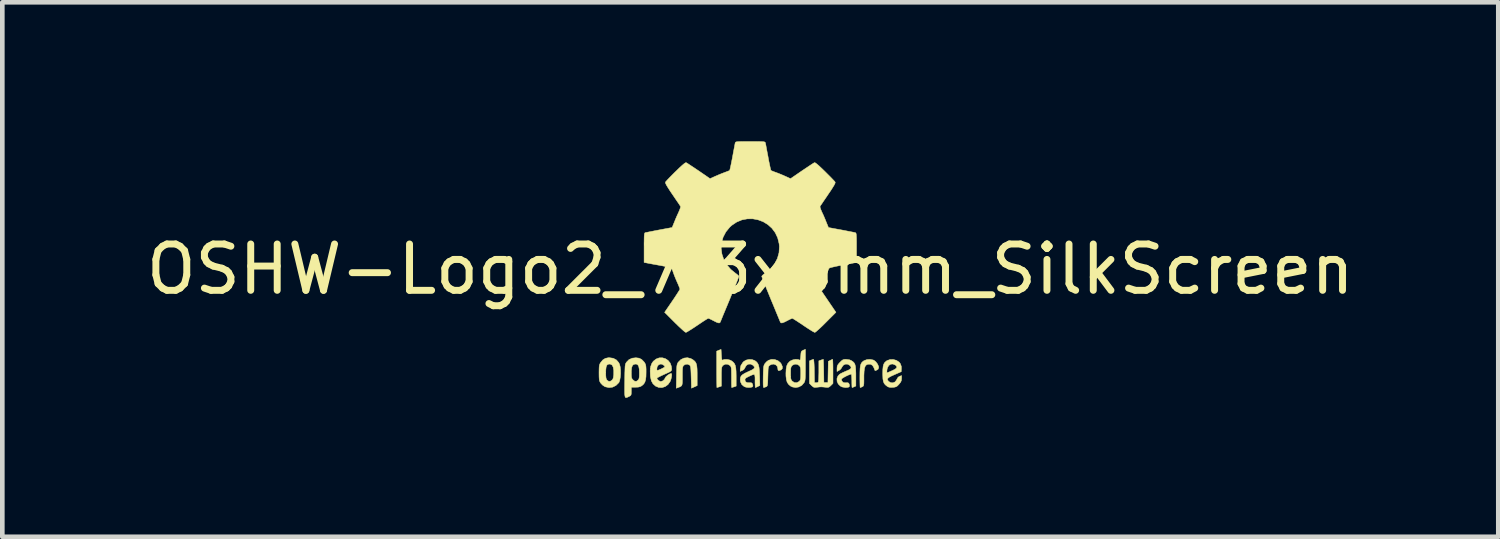
<source format=kicad_pcb>
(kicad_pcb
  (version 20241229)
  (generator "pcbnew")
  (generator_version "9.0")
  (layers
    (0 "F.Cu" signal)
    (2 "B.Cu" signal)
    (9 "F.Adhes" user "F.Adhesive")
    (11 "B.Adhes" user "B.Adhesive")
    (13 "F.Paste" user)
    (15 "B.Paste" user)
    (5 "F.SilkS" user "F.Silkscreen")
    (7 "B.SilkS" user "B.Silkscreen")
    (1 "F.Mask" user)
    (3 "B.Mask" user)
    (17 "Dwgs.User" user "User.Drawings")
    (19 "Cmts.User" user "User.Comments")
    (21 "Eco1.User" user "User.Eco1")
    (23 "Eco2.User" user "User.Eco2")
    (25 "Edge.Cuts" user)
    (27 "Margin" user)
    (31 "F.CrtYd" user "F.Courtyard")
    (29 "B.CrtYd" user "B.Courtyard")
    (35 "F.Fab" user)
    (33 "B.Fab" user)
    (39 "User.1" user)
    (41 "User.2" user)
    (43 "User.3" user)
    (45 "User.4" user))
  (footprint "OSHW-Logo2_7.3x6mm_SilkScreen"
    (layer "F.Cu")
    (at 13.149 2.763)
    (property "Reference" "OSHW-Logo2_7.3x6mm_SilkScreen" (at 0 0 0) (layer "F.SilkS") (effects (font (size 1 1) (thickness 0.15))))
    (attr exclude_from_pos_files exclude_from_bom allow_missing_courtyard)
    (fp_poly (pts (xy 2.653 1.959) (xy 2.67 1.966) (xy 2.711 1.999) (xy 2.747 2.047) (xy 2.769 2.097) (xy 2.772 2.122) (xy 2.76 2.157) (xy 2.734 2.175) (xy 2.706 2.187) (xy 2.693 2.189) (xy 2.687 2.174) (xy 2.674 2.141) (xy 2.669 2.127) (xy 2.639 2.076) (xy 2.595 2.05) (xy 2.538 2.051) (xy 2.534 2.052) (xy 2.504 2.067) (xy 2.481 2.094) (xy 2.466 2.139) (xy 2.457 2.205) (xy 2.453 2.294) (xy 2.453 2.341) (xy 2.453 2.416) (xy 2.452 2.467) (xy 2.448 2.499) (xy 2.442 2.518) (xy 2.432 2.529) (xy 2.417 2.537) (xy 2.416 2.538) (xy 2.387 2.55) (xy 2.372 2.555) (xy 2.37 2.541) (xy 2.368 2.503) (xy 2.367 2.446) (xy 2.366 2.374) (xy 2.366 2.322) (xy 2.367 2.22) (xy 2.37 2.143) (xy 2.377 2.086) (xy 2.389 2.045) (xy 2.407 2.014) (xy 2.432 1.99) (xy 2.457 1.973) (xy 2.517 1.951) (xy 2.587 1.946) (xy 2.653 1.959)) (stroke (width 0.01) (type solid)) (fill yes) (layer "F.SilkS"))
    (fp_poly (pts (xy -1.284 1.928) (xy -1.237 1.955) (xy -1.205 1.981) (xy -1.181 2.009) (xy -1.165 2.044) (xy -1.155 2.089) (xy -1.149 2.151) (xy -1.147 2.234) (xy -1.147 2.293) (xy -1.147 2.512) (xy -1.208 2.54) (xy -1.27 2.568) (xy -1.277 2.328) (xy -1.28 2.238) (xy -1.283 2.173) (xy -1.287 2.128) (xy -1.293 2.099) (xy -1.3 2.081) (xy -1.31 2.07) (xy -1.313 2.067) (xy -1.36 2.048) (xy -1.408 2.056) (xy -1.437 2.076) (xy -1.449 2.09) (xy -1.457 2.108) (xy -1.462 2.136) (xy -1.465 2.179) (xy -1.466 2.242) (xy -1.466 2.307) (xy -1.466 2.389) (xy -1.467 2.447) (xy -1.472 2.486) (xy -1.482 2.512) (xy -1.499 2.528) (xy -1.525 2.541) (xy -1.56 2.554) (xy -1.598 2.569) (xy -1.594 2.311) (xy -1.592 2.219) (xy -1.59 2.15) (xy -1.587 2.101) (xy -1.582 2.066) (xy -1.575 2.042) (xy -1.566 2.022) (xy -1.554 2.005) (xy -1.499 1.95) (xy -1.431 1.918) (xy -1.357 1.91) (xy -1.284 1.928)) (stroke (width 0.01) (type solid)) (fill yes) (layer "F.SilkS"))
    (fp_poly (pts (xy 0.53 1.95) (xy 0.596 1.974) (xy 0.649 2.017) (xy 0.67 2.047) (xy 0.693 2.103) (xy 0.692 2.143) (xy 0.669 2.17) (xy 0.66 2.175) (xy 0.622 2.189) (xy 0.602 2.185) (xy 0.595 2.161) (xy 0.595 2.148) (xy 0.583 2.099) (xy 0.551 2.065) (xy 0.508 2.048) (xy 0.459 2.053) (xy 0.419 2.074) (xy 0.405 2.087) (xy 0.396 2.101) (xy 0.389 2.124) (xy 0.385 2.159) (xy 0.383 2.212) (xy 0.381 2.288) (xy 0.38 2.312) (xy 0.378 2.394) (xy 0.376 2.451) (xy 0.372 2.49) (xy 0.367 2.513) (xy 0.359 2.526) (xy 0.347 2.535) (xy 0.339 2.538) (xy 0.307 2.55) (xy 0.288 2.555) (xy 0.282 2.541) (xy 0.278 2.5) (xy 0.277 2.431) (xy 0.278 2.334) (xy 0.278 2.319) (xy 0.28 2.23) (xy 0.283 2.165) (xy 0.286 2.119) (xy 0.292 2.087) (xy 0.3 2.064) (xy 0.311 2.044) (xy 0.317 2.035) (xy 0.35 1.998) (xy 0.388 1.969) (xy 0.392 1.966) (xy 0.459 1.946) (xy 0.53 1.95)) (stroke (width 0.01) (type solid)) (fill yes) (layer "F.SilkS"))
    (fp_poly (pts (xy -0.624 1.851) (xy -0.62 1.911) (xy -0.615 1.946) (xy -0.608 1.961) (xy -0.598 1.961) (xy -0.595 1.959) (xy -0.552 1.946) (xy -0.497 1.947) (xy -0.44 1.96) (xy -0.405 1.978) (xy -0.369 2.006) (xy -0.342 2.038) (xy -0.324 2.078) (xy -0.313 2.132) (xy -0.307 2.204) (xy -0.305 2.299) (xy -0.305 2.317) (xy -0.305 2.523) (xy -0.351 2.539) (xy -0.383 2.549) (xy -0.401 2.554) (xy -0.401 2.555) (xy -0.403 2.541) (xy -0.405 2.503) (xy -0.406 2.446) (xy -0.406 2.375) (xy -0.406 2.332) (xy -0.407 2.247) (xy -0.408 2.186) (xy -0.41 2.144) (xy -0.415 2.117) (xy -0.422 2.098) (xy -0.433 2.085) (xy -0.44 2.078) (xy -0.487 2.051) (xy -0.538 2.049) (xy -0.584 2.072) (xy -0.593 2.08) (xy -0.605 2.095) (xy -0.614 2.114) (xy -0.619 2.14) (xy -0.622 2.18) (xy -0.624 2.238) (xy -0.624 2.318) (xy -0.624 2.523) (xy -0.67 2.539) (xy -0.702 2.549) (xy -0.72 2.554) (xy -0.721 2.555) (xy -0.722 2.541) (xy -0.723 2.501) (xy -0.724 2.441) (xy -0.725 2.362) (xy -0.726 2.269) (xy -0.726 2.167) (xy -0.726 1.769) (xy -0.679 1.749) (xy -0.631 1.73) (xy -0.624 1.851)) (stroke (width 0.01) (type solid)) (fill yes) (layer "F.SilkS"))
    (fp_poly (pts (xy 1.78 1.959) (xy 1.782 1.997) (xy 1.784 2.055) (xy 1.785 2.128) (xy 1.785 2.205) (xy 1.785 2.465) (xy 1.739 2.511) (xy 1.708 2.539) (xy 1.68 2.551) (xy 1.642 2.55) (xy 1.627 2.548) (xy 1.58 2.543) (xy 1.541 2.54) (xy 1.531 2.54) (xy 1.499 2.541) (xy 1.453 2.546) (xy 1.436 2.548) (xy 1.392 2.552) (xy 1.363 2.544) (xy 1.334 2.521) (xy 1.323 2.511) (xy 1.277 2.465) (xy 1.277 1.979) (xy 1.314 1.962) (xy 1.346 1.949) (xy 1.365 1.945) (xy 1.369 1.959) (xy 1.374 1.997) (xy 1.378 2.056) (xy 1.381 2.132) (xy 1.382 2.195) (xy 1.386 2.446) (xy 1.421 2.451) (xy 1.452 2.447) (xy 1.468 2.436) (xy 1.472 2.415) (xy 1.476 2.371) (xy 1.478 2.309) (xy 1.48 2.235) (xy 1.48 2.197) (xy 1.48 1.977) (xy 1.526 1.961) (xy 1.559 1.95) (xy 1.576 1.945) (xy 1.577 1.945) (xy 1.578 1.959) (xy 1.58 1.997) (xy 1.582 2.054) (xy 1.584 2.127) (xy 1.585 2.195) (xy 1.589 2.446) (xy 1.676 2.446) (xy 1.68 2.217) (xy 1.684 1.989) (xy 1.727 1.967) (xy 1.758 1.952) (xy 1.777 1.945) (xy 1.777 1.945) (xy 1.78 1.959)) (stroke (width 0.01) (type solid)) (fill yes) (layer "F.SilkS"))
    (fp_poly (pts (xy -2.959 1.922) (xy -2.891 1.958) (xy -2.841 2.015) (xy -2.823 2.052) (xy -2.809 2.108) (xy -2.802 2.178) (xy -2.801 2.255) (xy -2.807 2.33) (xy -2.818 2.394) (xy -2.834 2.441) (xy -2.839 2.449) (xy -2.9 2.509) (xy -2.971 2.545) (xy -3.049 2.555) (xy -3.127 2.539) (xy -3.149 2.529) (xy -3.192 2.499) (xy -3.229 2.459) (xy -3.233 2.454) (xy -3.247 2.43) (xy -3.257 2.404) (xy -3.262 2.37) (xy -3.265 2.321) (xy -3.266 2.251) (xy -3.266 2.235) (xy -3.266 2.23) (xy -3.121 2.23) (xy -3.12 2.296) (xy -3.116 2.34) (xy -3.109 2.369) (xy -3.098 2.388) (xy -3.092 2.395) (xy -3.057 2.42) (xy -3.023 2.419) (xy -2.989 2.397) (xy -2.969 2.374) (xy -2.957 2.34) (xy -2.95 2.288) (xy -2.949 2.281) (xy -2.948 2.186) (xy -2.96 2.114) (xy -2.985 2.068) (xy -3.023 2.048) (xy -3.037 2.047) (xy -3.073 2.052) (xy -3.097 2.072) (xy -3.112 2.109) (xy -3.119 2.168) (xy -3.121 2.23) (xy -3.266 2.23) (xy -3.265 2.16) (xy -3.263 2.108) (xy -3.258 2.072) (xy -3.249 2.045) (xy -3.236 2.022) (xy -3.233 2.017) (xy -3.184 1.958) (xy -3.13 1.924) (xy -3.064 1.91) (xy -3.042 1.91) (xy -2.959 1.922)) (stroke (width 0.01) (type solid)) (fill yes) (layer "F.SilkS"))
    (fp_poly (pts (xy 3.154 1.967) (xy 3.211 2.004) (xy 3.239 2.038) (xy 3.261 2.099) (xy 3.262 2.147) (xy 3.258 2.212) (xy 3.11 2.277) (xy 3.037 2.31) (xy 2.99 2.337) (xy 2.966 2.36) (xy 2.961 2.383) (xy 2.975 2.407) (xy 2.99 2.424) (xy 3.034 2.45) (xy 3.081 2.452) (xy 3.125 2.432) (xy 3.157 2.391) (xy 3.163 2.376) (xy 3.191 2.331) (xy 3.222 2.312) (xy 3.266 2.296) (xy 3.266 2.358) (xy 3.262 2.4) (xy 3.247 2.436) (xy 3.215 2.477) (xy 3.211 2.482) (xy 3.176 2.519) (xy 3.145 2.538) (xy 3.108 2.547) (xy 3.076 2.55) (xy 3.02 2.551) (xy 2.981 2.542) (xy 2.956 2.528) (xy 2.917 2.497) (xy 2.89 2.465) (xy 2.873 2.423) (xy 2.863 2.368) (xy 2.86 2.291) (xy 2.859 2.253) (xy 2.86 2.206) (xy 2.948 2.206) (xy 2.949 2.231) (xy 2.952 2.235) (xy 2.968 2.23) (xy 3.004 2.215) (xy 3.052 2.194) (xy 3.062 2.19) (xy 3.123 2.159) (xy 3.157 2.132) (xy 3.164 2.106) (xy 3.146 2.08) (xy 3.132 2.069) (xy 3.079 2.046) (xy 3.03 2.05) (xy 2.989 2.078) (xy 2.961 2.127) (xy 2.952 2.166) (xy 2.948 2.206) (xy 2.86 2.206) (xy 2.861 2.162) (xy 2.868 2.095) (xy 2.882 2.047) (xy 2.904 2.011) (xy 2.937 1.983) (xy 2.951 1.973) (xy 3.015 1.95) (xy 3.085 1.948) (xy 3.154 1.967)) (stroke (width 0.01) (type solid)) (fill yes) (layer "F.SilkS"))
    (fp_poly (pts (xy 1.19 2.065) (xy 1.19 2.174) (xy 1.189 2.257) (xy 1.188 2.32) (xy 1.185 2.365) (xy 1.181 2.397) (xy 1.175 2.421) (xy 1.167 2.439) (xy 1.161 2.449) (xy 1.112 2.506) (xy 1.049 2.541) (xy 0.98 2.554) (xy 0.911 2.542) (xy 0.869 2.522) (xy 0.826 2.485) (xy 0.796 2.441) (xy 0.779 2.383) (xy 0.77 2.306) (xy 0.769 2.25) (xy 0.769 2.246) (xy 0.871 2.246) (xy 0.871 2.311) (xy 0.874 2.354) (xy 0.881 2.382) (xy 0.893 2.402) (xy 0.906 2.417) (xy 0.953 2.447) (xy 1.004 2.449) (xy 1.051 2.425) (xy 1.055 2.421) (xy 1.071 2.404) (xy 1.081 2.383) (xy 1.086 2.352) (xy 1.088 2.305) (xy 1.089 2.252) (xy 1.088 2.185) (xy 1.085 2.141) (xy 1.078 2.112) (xy 1.066 2.091) (xy 1.057 2.08) (xy 1.013 2.052) (xy 0.962 2.049) (xy 0.914 2.07) (xy 0.904 2.078) (xy 0.889 2.096) (xy 0.879 2.117) (xy 0.873 2.148) (xy 0.871 2.196) (xy 0.871 2.246) (xy 0.769 2.246) (xy 0.773 2.159) (xy 0.785 2.09) (xy 0.807 2.039) (xy 0.842 1.998) (xy 0.869 1.978) (xy 0.919 1.956) (xy 0.976 1.945) (xy 1.03 1.948) (xy 1.06 1.959) (xy 1.071 1.962) (xy 1.079 1.951) (xy 1.084 1.919) (xy 1.089 1.871) (xy 1.093 1.817) (xy 1.099 1.784) (xy 1.111 1.766) (xy 1.131 1.754) (xy 1.143 1.748) (xy 1.19 1.729) (xy 1.19 2.065)) (stroke (width 0.01) (type solid)) (fill yes) (layer "F.SilkS"))
    (fp_poly (pts (xy -1.832 1.931) (xy -1.774 1.97) (xy -1.73 2.025) (xy -1.704 2.096) (xy -1.698 2.148) (xy -1.699 2.17) (xy -1.704 2.187) (xy -1.718 2.201) (xy -1.745 2.218) (xy -1.79 2.239) (xy -1.857 2.269) (xy -1.858 2.27) (xy -1.92 2.298) (xy -1.97 2.323) (xy -2.005 2.342) (xy -2.017 2.353) (xy -2.017 2.353) (xy -2.006 2.376) (xy -1.98 2.402) (xy -1.949 2.42) (xy -1.934 2.424) (xy -1.891 2.411) (xy -1.855 2.379) (xy -1.837 2.345) (xy -1.82 2.319) (xy -1.787 2.29) (xy -1.748 2.264) (xy -1.713 2.25) (xy -1.706 2.25) (xy -1.698 2.262) (xy -1.697 2.294) (xy -1.703 2.337) (xy -1.715 2.383) (xy -1.73 2.423) (xy -1.731 2.424) (xy -1.777 2.489) (xy -1.837 2.533) (xy -1.906 2.555) (xy -1.976 2.552) (xy -2.044 2.524) (xy -2.047 2.522) (xy -2.101 2.473) (xy -2.136 2.41) (xy -2.155 2.327) (xy -2.158 2.304) (xy -2.162 2.194) (xy -2.157 2.143) (xy -2.017 2.143) (xy -2.016 2.175) (xy -2.006 2.184) (xy -1.981 2.177) (xy -1.942 2.161) (xy -1.899 2.14) (xy -1.898 2.139) (xy -1.861 2.12) (xy -1.846 2.107) (xy -1.85 2.093) (xy -1.865 2.076) (xy -1.904 2.05) (xy -1.946 2.048) (xy -1.984 2.067) (xy -2.01 2.103) (xy -2.017 2.143) (xy -2.157 2.143) (xy -2.153 2.106) (xy -2.128 2.036) (xy -2.095 1.987) (xy -2.033 1.938) (xy -1.966 1.913) (xy -1.897 1.912) (xy -1.832 1.931)) (stroke (width 0.01) (type solid)) (fill yes) (layer "F.SilkS"))
    (fp_poly (pts (xy 0.04 1.951) (xy 0.097 1.972) (xy 0.097 1.972) (xy 0.132 1.998) (xy 0.158 2.029) (xy 0.177 2.068) (xy 0.189 2.121) (xy 0.196 2.194) (xy 0.2 2.289) (xy 0.201 2.303) (xy 0.206 2.509) (xy 0.162 2.532) (xy 0.13 2.547) (xy 0.11 2.554) (xy 0.11 2.555) (xy 0.106 2.541) (xy 0.104 2.505) (xy 0.102 2.451) (xy 0.102 2.408) (xy 0.102 2.339) (xy 0.098 2.295) (xy 0.087 2.274) (xy 0.064 2.273) (xy 0.022 2.289) (xy -0.04 2.318) (xy -0.086 2.342) (xy -0.109 2.363) (xy -0.116 2.386) (xy -0.116 2.387) (xy -0.105 2.426) (xy -0.071 2.447) (xy -0.019 2.451) (xy 0.018 2.45) (xy 0.038 2.461) (xy 0.05 2.487) (xy 0.057 2.519) (xy 0.047 2.538) (xy 0.043 2.541) (xy 0.007 2.551) (xy -0.043 2.553) (xy -0.095 2.546) (xy -0.132 2.533) (xy -0.183 2.49) (xy -0.212 2.429) (xy -0.218 2.382) (xy -0.213 2.34) (xy -0.198 2.305) (xy -0.166 2.275) (xy -0.115 2.244) (xy -0.041 2.209) (xy -0.036 2.207) (xy 0.031 2.176) (xy 0.072 2.151) (xy 0.09 2.128) (xy 0.086 2.105) (xy 0.063 2.078) (xy 0.056 2.072) (xy 0.009 2.048) (xy -0.04 2.049) (xy -0.082 2.072) (xy -0.111 2.116) (xy -0.113 2.124) (xy -0.139 2.165) (xy -0.171 2.185) (xy -0.218 2.205) (xy -0.218 2.154) (xy -0.204 2.08) (xy -0.161 2.012) (xy -0.139 1.99) (xy -0.089 1.961) (xy -0.026 1.947) (xy 0.04 1.951)) (stroke (width 0.01) (type solid)) (fill yes) (layer "F.SilkS"))
    (fp_poly (pts (xy -2.4 1.92) (xy -2.345 1.948) (xy -2.296 1.998) (xy -2.282 2.017) (xy -2.268 2.042) (xy -2.258 2.069) (xy -2.253 2.105) (xy -2.25 2.156) (xy -2.25 2.224) (xy -2.252 2.318) (xy -2.261 2.388) (xy -2.277 2.44) (xy -2.303 2.48) (xy -2.34 2.513) (xy -2.342 2.515) (xy -2.379 2.535) (xy -2.422 2.545) (xy -2.478 2.547) (xy -2.569 2.547) (xy -2.569 2.635) (xy -2.57 2.684) (xy -2.575 2.713) (xy -2.588 2.73) (xy -2.614 2.745) (xy -2.62 2.748) (xy -2.649 2.762) (xy -2.672 2.77) (xy -2.688 2.771) (xy -2.7 2.761) (xy -2.707 2.737) (xy -2.712 2.696) (xy -2.713 2.636) (xy -2.713 2.553) (xy -2.712 2.445) (xy -2.711 2.413) (xy -2.71 2.302) (xy -2.709 2.229) (xy -2.569 2.229) (xy -2.568 2.29) (xy -2.565 2.331) (xy -2.557 2.358) (xy -2.543 2.378) (xy -2.533 2.388) (xy -2.495 2.418) (xy -2.46 2.42) (xy -2.425 2.396) (xy -2.424 2.395) (xy -2.409 2.376) (xy -2.401 2.351) (xy -2.396 2.312) (xy -2.395 2.252) (xy -2.395 2.238) (xy -2.398 2.156) (xy -2.409 2.099) (xy -2.429 2.064) (xy -2.458 2.048) (xy -2.476 2.047) (xy -2.516 2.054) (xy -2.544 2.078) (xy -2.561 2.123) (xy -2.568 2.191) (xy -2.569 2.229) (xy -2.709 2.229) (xy -2.708 2.215) (xy -2.706 2.15) (xy -2.704 2.103) (xy -2.7 2.069) (xy -2.694 2.045) (xy -2.687 2.028) (xy -2.677 2.012) (xy -2.673 2.006) (xy -2.619 1.951) (xy -2.55 1.92) (xy -2.47 1.911) (xy -2.4 1.92)) (stroke (width 0.01) (type solid)) (fill yes) (layer "F.SilkS"))
    (fp_poly (pts (xy 2.145 1.956) (xy 2.187 1.975) (xy 2.219 1.998) (xy 2.244 2.024) (xy 2.26 2.057) (xy 2.271 2.103) (xy 2.276 2.165) (xy 2.279 2.249) (xy 2.279 2.305) (xy 2.279 2.521) (xy 2.242 2.538) (xy 2.213 2.55) (xy 2.198 2.555) (xy 2.195 2.541) (xy 2.193 2.505) (xy 2.192 2.452) (xy 2.192 2.409) (xy 2.19 2.348) (xy 2.187 2.3) (xy 2.182 2.271) (xy 2.178 2.264) (xy 2.153 2.271) (xy 2.112 2.287) (xy 2.066 2.309) (xy 2.021 2.333) (xy 1.986 2.355) (xy 1.97 2.37) (xy 1.97 2.37) (xy 1.971 2.397) (xy 1.984 2.423) (xy 2.006 2.444) (xy 2.038 2.451) (xy 2.065 2.451) (xy 2.104 2.45) (xy 2.124 2.459) (xy 2.136 2.483) (xy 2.138 2.488) (xy 2.143 2.522) (xy 2.129 2.543) (xy 2.092 2.552) (xy 2.052 2.554) (xy 1.981 2.541) (xy 1.943 2.521) (xy 1.898 2.476) (xy 1.873 2.42) (xy 1.871 2.361) (xy 1.892 2.306) (xy 1.923 2.271) (xy 1.953 2.252) (xy 2.002 2.228) (xy 2.058 2.203) (xy 2.068 2.199) (xy 2.13 2.172) (xy 2.166 2.148) (xy 2.177 2.124) (xy 2.167 2.097) (xy 2.148 2.076) (xy 2.104 2.05) (xy 2.056 2.048) (xy 2.012 2.068) (xy 1.981 2.108) (xy 1.977 2.118) (xy 1.952 2.156) (xy 1.917 2.184) (xy 1.872 2.207) (xy 1.872 2.141) (xy 1.875 2.102) (xy 1.886 2.07) (xy 1.911 2.036) (xy 1.935 2.01) (xy 1.972 1.974) (xy 2.001 1.954) (xy 2.033 1.946) (xy 2.068 1.945) (xy 2.145 1.956)) (stroke (width 0.01) (type solid)) (fill yes) (layer "F.SilkS"))
    (fp_poly (pts (xy 0.104 -2.758) (xy 0.182 -2.757) (xy 0.239 -2.756) (xy 0.278 -2.754) (xy 0.303 -2.75) (xy 0.316 -2.744) (xy 0.323 -2.737) (xy 0.326 -2.726) (xy 0.327 -2.725) (xy 0.332 -2.701) (xy 0.341 -2.653) (xy 0.353 -2.587) (xy 0.368 -2.508) (xy 0.385 -2.42) (xy 0.385 -2.417) (xy 0.401 -2.331) (xy 0.417 -2.255) (xy 0.43 -2.194) (xy 0.44 -2.152) (xy 0.446 -2.133) (xy 0.447 -2.133) (xy 0.465 -2.124) (xy 0.502 -2.109) (xy 0.551 -2.091) (xy 0.552 -2.091) (xy 0.613 -2.068) (xy 0.686 -2.038) (xy 0.754 -2.008) (xy 0.757 -2.007) (xy 0.869 -1.956) (xy 1.115 -2.125) (xy 1.191 -2.176) (xy 1.26 -2.222) (xy 1.317 -2.26) (xy 1.359 -2.287) (xy 1.383 -2.301) (xy 1.385 -2.302) (xy 1.402 -2.298) (xy 1.434 -2.275) (xy 1.481 -2.235) (xy 1.546 -2.174) (xy 1.612 -2.11) (xy 1.676 -2.046) (xy 1.733 -1.989) (xy 1.78 -1.94) (xy 1.814 -1.904) (xy 1.83 -1.884) (xy 1.831 -1.883) (xy 1.833 -1.869) (xy 1.826 -1.847) (xy 1.809 -1.814) (xy 1.779 -1.765) (xy 1.737 -1.699) (xy 1.679 -1.614) (xy 1.629 -1.54) (xy 1.583 -1.473) (xy 1.546 -1.417) (xy 1.519 -1.378) (xy 1.506 -1.357) (xy 1.505 -1.356) (xy 1.507 -1.336) (xy 1.519 -1.298) (xy 1.54 -1.248) (xy 1.547 -1.232) (xy 1.58 -1.162) (xy 1.614 -1.082) (xy 1.642 -1.012) (xy 1.663 -0.961) (xy 1.679 -0.922) (xy 1.688 -0.901) (xy 1.689 -0.9) (xy 1.706 -0.897) (xy 1.746 -0.89) (xy 1.804 -0.879) (xy 1.875 -0.866) (xy 1.952 -0.852) (xy 2.032 -0.837) (xy 2.107 -0.822) (xy 2.174 -0.809) (xy 2.227 -0.799) (xy 2.26 -0.792) (xy 2.268 -0.79) (xy 2.276 -0.785) (xy 2.283 -0.774) (xy 2.287 -0.754) (xy 2.29 -0.72) (xy 2.292 -0.67) (xy 2.293 -0.599) (xy 2.293 -0.504) (xy 2.293 -0.465) (xy 2.293 -0.147) (xy 2.217 -0.132) (xy 2.175 -0.124) (xy 2.111 -0.112) (xy 2.035 -0.098) (xy 1.953 -0.083) (xy 1.93 -0.079) (xy 1.855 -0.064) (xy 1.789 -0.049) (xy 1.738 -0.037) (xy 1.709 -0.027) (xy 1.704 -0.024) (xy 1.691 -0.003) (xy 1.674 0.038) (xy 1.655 0.09) (xy 1.651 0.102) (xy 1.625 0.172) (xy 1.594 0.25) (xy 1.563 0.321) (xy 1.563 0.322) (xy 1.511 0.433) (xy 1.68 0.681) (xy 1.849 0.93) (xy 1.632 1.147) (xy 1.567 1.212) (xy 1.507 1.269) (xy 1.456 1.315) (xy 1.418 1.348) (xy 1.396 1.363) (xy 1.392 1.364) (xy 1.374 1.356) (xy 1.335 1.335) (xy 1.281 1.301) (xy 1.216 1.259) (xy 1.146 1.212) (xy 1.075 1.164) (xy 1.011 1.122) (xy 0.959 1.089) (xy 0.923 1.067) (xy 0.907 1.06) (xy 0.887 1.066) (xy 0.85 1.083) (xy 0.803 1.107) (xy 0.798 1.11) (xy 0.734 1.142) (xy 0.69 1.158) (xy 0.663 1.158) (xy 0.649 1.143) (xy 0.649 1.143) (xy 0.642 1.126) (xy 0.625 1.085) (xy 0.6 1.024) (xy 0.567 0.945) (xy 0.529 0.852) (xy 0.486 0.748) (xy 0.444 0.648) (xy 0.399 0.537) (xy 0.357 0.434) (xy 0.32 0.342) (xy 0.289 0.265) (xy 0.266 0.206) (xy 0.251 0.167) (xy 0.247 0.153) (xy 0.258 0.136) (xy 0.287 0.11) (xy 0.326 0.081) (xy 0.437 -0.011) (xy 0.523 -0.116) (xy 0.585 -0.233) (xy 0.62 -0.358) (xy 0.628 -0.49) (xy 0.622 -0.552) (xy 0.591 -0.678) (xy 0.538 -0.79) (xy 0.466 -0.886) (xy 0.378 -0.965) (xy 0.278 -1.026) (xy 0.168 -1.067) (xy 0.053 -1.089) (xy -0.065 -1.088) (xy -0.181 -1.066) (xy -0.294 -1.019) (xy -0.4 -0.948) (xy -0.444 -0.908) (xy -0.528 -0.805) (xy -0.587 -0.692) (xy -0.62 -0.573) (xy -0.629 -0.451) (xy -0.613 -0.329) (xy -0.573 -0.211) (xy -0.51 -0.1) (xy -0.423 0.002) (xy -0.326 0.081) (xy -0.286 0.111) (xy -0.257 0.137) (xy -0.247 0.153) (xy -0.252 0.17) (xy -0.267 0.21) (xy -0.291 0.272) (xy -0.323 0.35) (xy -0.36 0.443) (xy -0.403 0.546) (xy -0.444 0.648) (xy -0.49 0.759) (xy -0.533 0.862) (xy -0.571 0.953) (xy -0.603 1.03) (xy -0.627 1.09) (xy -0.643 1.129) (xy -0.649 1.143) (xy -0.663 1.158) (xy -0.69 1.158) (xy -0.734 1.142) (xy -0.797 1.11) (xy -0.798 1.11) (xy -0.845 1.085) (xy -0.884 1.067) (xy -0.906 1.06) (xy -0.907 1.06) (xy -0.923 1.067) (xy -0.96 1.089) (xy -1.012 1.122) (xy -1.075 1.164) (xy -1.146 1.212) (xy -1.218 1.26) (xy -1.283 1.302) (xy -1.336 1.335) (xy -1.374 1.357) (xy -1.392 1.364) (xy -1.409 1.354) (xy -1.443 1.327) (xy -1.49 1.284) (xy -1.547 1.231) (xy -1.612 1.168) (xy -1.633 1.147) (xy -1.85 0.93) (xy -1.684 0.687) (xy -1.634 0.613) (xy -1.59 0.546) (xy -1.555 0.491) (xy -1.53 0.451) (xy -1.519 0.43) (xy -1.519 0.429) (xy -1.525 0.409) (xy -1.54 0.37) (xy -1.562 0.317) (xy -1.578 0.282) (xy -1.607 0.215) (xy -1.635 0.147) (xy -1.656 0.09) (xy -1.662 0.073) (xy -1.679 0.026) (xy -1.695 -0.01) (xy -1.704 -0.024) (xy -1.723 -0.032) (xy -1.766 -0.044) (xy -1.826 -0.058) (xy -1.898 -0.073) (xy -1.93 -0.079) (xy -2.012 -0.094) (xy -2.091 -0.108) (xy -2.159 -0.121) (xy -2.208 -0.13) (xy -2.217 -0.132) (xy -2.293 -0.147) (xy -2.293 -0.465) (xy -2.293 -0.569) (xy -2.292 -0.648) (xy -2.291 -0.705) (xy -2.288 -0.744) (xy -2.284 -0.769) (xy -2.279 -0.782) (xy -2.271 -0.789) (xy -2.268 -0.79) (xy -2.249 -0.794) (xy -2.207 -0.802) (xy -2.148 -0.814) (xy -2.077 -0.828) (xy -1.999 -0.843) (xy -1.92 -0.858) (xy -1.845 -0.872) (xy -1.779 -0.884) (xy -1.727 -0.894) (xy -1.696 -0.899) (xy -1.689 -0.9) (xy -1.683 -0.912) (xy -1.669 -0.946) (xy -1.65 -0.994) (xy -1.642 -1.012) (xy -1.613 -1.085) (xy -1.578 -1.165) (xy -1.547 -1.232) (xy -1.525 -1.284) (xy -1.51 -1.326) (xy -1.504 -1.352) (xy -1.505 -1.356) (xy -1.516 -1.372) (xy -1.54 -1.409) (xy -1.576 -1.461) (xy -1.62 -1.526) (xy -1.67 -1.6) (xy -1.68 -1.614) (xy -1.738 -1.7) (xy -1.78 -1.766) (xy -1.809 -1.814) (xy -1.826 -1.847) (xy -1.833 -1.869) (xy -1.831 -1.883) (xy -1.831 -1.883) (xy -1.816 -1.901) (xy -1.785 -1.935) (xy -1.739 -1.983) (xy -1.683 -2.04) (xy -1.62 -2.103) (xy -1.612 -2.11) (xy -1.533 -2.187) (xy -1.471 -2.244) (xy -1.427 -2.281) (xy -1.398 -2.3) (xy -1.385 -2.302) (xy -1.367 -2.292) (xy -1.328 -2.267) (xy -1.274 -2.231) (xy -1.207 -2.187) (xy -1.133 -2.137) (xy -1.115 -2.125) (xy -0.869 -1.956) (xy -0.757 -2.007) (xy -0.69 -2.036) (xy -0.617 -2.066) (xy -0.554 -2.09) (xy -0.552 -2.091) (xy -0.503 -2.109) (xy -0.465 -2.124) (xy -0.447 -2.133) (xy -0.447 -2.133) (xy -0.441 -2.149) (xy -0.431 -2.19) (xy -0.418 -2.25) (xy -0.403 -2.325) (xy -0.386 -2.41) (xy -0.385 -2.417) (xy -0.369 -2.505) (xy -0.354 -2.585) (xy -0.341 -2.651) (xy -0.332 -2.7) (xy -0.327 -2.725) (xy -0.327 -2.725) (xy -0.323 -2.736) (xy -0.317 -2.744) (xy -0.305 -2.75) (xy -0.281 -2.753) (xy -0.244 -2.756) (xy -0.19 -2.757) (xy -0.114 -2.758) (xy -0.013 -2.758) (xy 0 -2.758) (xy 0.104 -2.758)) (stroke (width 0.01) (type solid)) (fill yes) (layer "F.SilkS")))
  (gr_rect
    (start -3 -3)
    (end 29.298 8.539)
    (stroke (width 0.1) (type default))
    (fill no)
    (layer "Edge.Cuts")))
</source>
